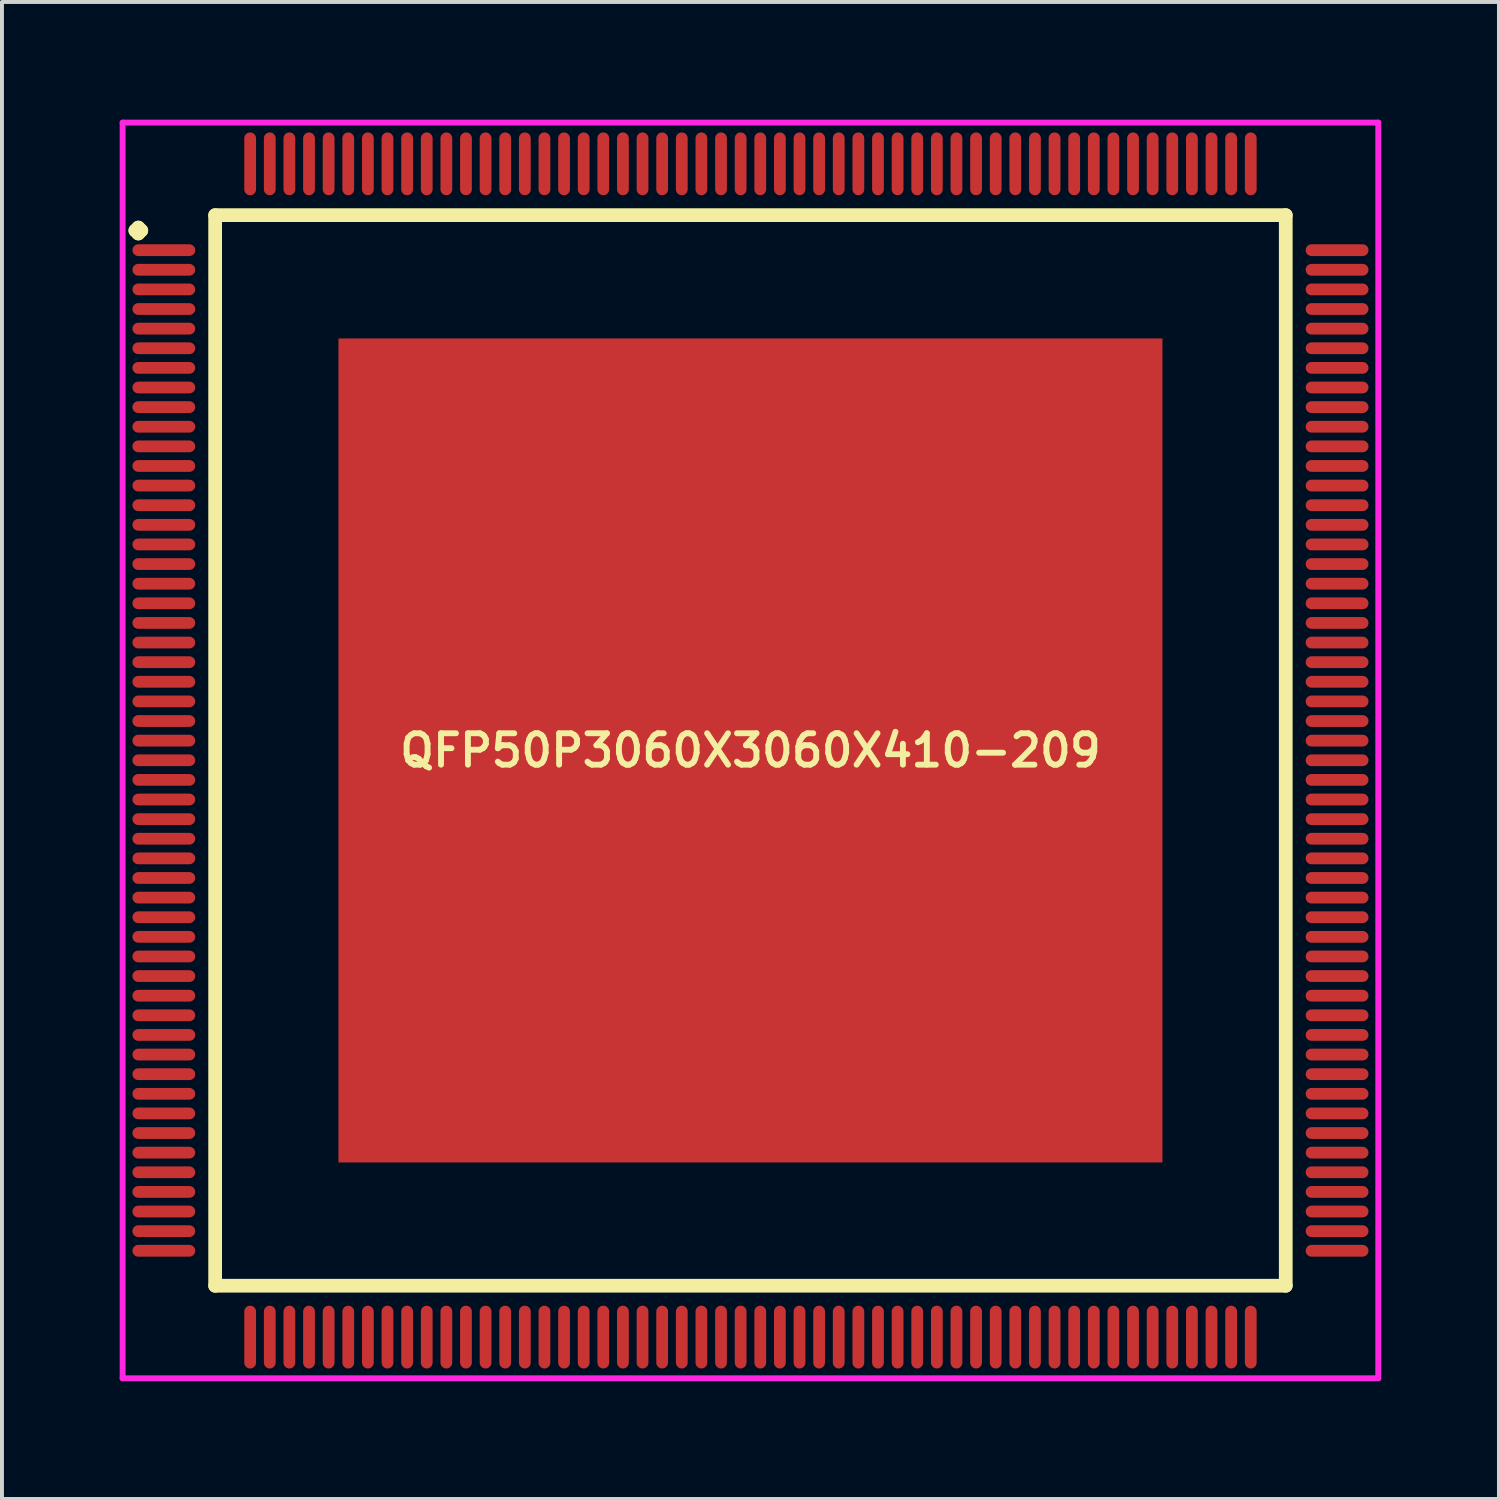
<source format=kicad_pcb>
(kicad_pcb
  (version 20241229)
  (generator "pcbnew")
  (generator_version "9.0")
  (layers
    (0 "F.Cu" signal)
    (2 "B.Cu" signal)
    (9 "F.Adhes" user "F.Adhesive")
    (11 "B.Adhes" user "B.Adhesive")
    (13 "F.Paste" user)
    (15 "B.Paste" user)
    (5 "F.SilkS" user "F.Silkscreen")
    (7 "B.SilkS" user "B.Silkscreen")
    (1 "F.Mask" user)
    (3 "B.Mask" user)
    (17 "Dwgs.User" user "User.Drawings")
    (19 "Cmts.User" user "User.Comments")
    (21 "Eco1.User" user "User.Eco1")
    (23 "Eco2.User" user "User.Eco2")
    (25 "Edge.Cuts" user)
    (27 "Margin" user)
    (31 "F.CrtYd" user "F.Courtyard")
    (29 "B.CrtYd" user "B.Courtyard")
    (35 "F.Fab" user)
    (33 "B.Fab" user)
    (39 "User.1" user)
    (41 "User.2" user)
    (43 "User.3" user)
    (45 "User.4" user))
  (footprint "QFP50P3060X3060X410-209"
    (layer "F.Cu")
    (at 16.075 16.075)
    (property "Reference" "QFP50P3060X3060X410-209" (at 0 0 0) (layer "F.SilkS") (effects (font (size 0.8 0.8) (thickness 0.15))))
    (attr smd)
    (fp_line (start -15.675 -13.25) (end -15.6 -13.325) (stroke (width 0.35) (type solid)) (layer "F.SilkS"))
    (fp_line (start -15.6 -13.325) (end -15.525 -13.25) (stroke (width 0.35) (type solid)) (layer "F.SilkS"))
    (fp_line (start -15.6 -13.175) (end -15.675 -13.25) (stroke (width 0.35) (type solid)) (layer "F.SilkS"))
    (fp_line (start -15.525 -13.25) (end -15.6 -13.175) (stroke (width 0.35) (type solid)) (layer "F.SilkS"))
    (fp_line (start -13.642 -13.642) (end -13.642 13.642) (stroke (width 0.35) (type solid)) (layer "F.SilkS"))
    (fp_line (start -13.642 13.642) (end 13.642 13.642) (stroke (width 0.35) (type solid)) (layer "F.SilkS"))
    (fp_line (start 13.642 -13.642) (end -13.642 -13.642) (stroke (width 0.35) (type solid)) (layer "F.SilkS"))
    (fp_line (start 13.642 13.642) (end 13.642 -13.642) (stroke (width 0.35) (type solid)) (layer "F.SilkS"))
    (fp_line (start -16 -16) (end 16 -16) (stroke (width 0.15) (type solid)) (layer "F.CrtYd"))
    (fp_line (start -16 16) (end -16 -16) (stroke (width 0.15) (type solid)) (layer "F.CrtYd"))
    (fp_line (start 16 -16) (end 16 16) (stroke (width 0.15) (type solid)) (layer "F.CrtYd"))
    (fp_line (start 16 16) (end -16 16) (stroke (width 0.15) (type solid)) (layer "F.CrtYd"))
    (pad "1" smd oval (at -14.95 -12.75) (size 1.6 0.3) (layers "F.Cu" "F.Mask" "F.Paste"))
    (pad "2" smd oval (at -14.95 -12.25) (size 1.6 0.3) (layers "F.Cu" "F.Mask" "F.Paste"))
    (pad "3" smd oval (at -14.95 -11.75) (size 1.6 0.3) (layers "F.Cu" "F.Mask" "F.Paste"))
    (pad "4" smd oval (at -14.95 -11.25) (size 1.6 0.3) (layers "F.Cu" "F.Mask" "F.Paste"))
    (pad "5" smd oval (at -14.95 -10.75) (size 1.6 0.3) (layers "F.Cu" "F.Mask" "F.Paste"))
    (pad "6" smd oval (at -14.95 -10.25) (size 1.6 0.3) (layers "F.Cu" "F.Mask" "F.Paste"))
    (pad "7" smd oval (at -14.95 -9.75) (size 1.6 0.3) (layers "F.Cu" "F.Mask" "F.Paste"))
    (pad "8" smd oval (at -14.95 -9.25) (size 1.6 0.3) (layers "F.Cu" "F.Mask" "F.Paste"))
    (pad "9" smd oval (at -14.95 -8.75) (size 1.6 0.3) (layers "F.Cu" "F.Mask" "F.Paste"))
    (pad "10" smd oval (at -14.95 -8.25) (size 1.6 0.3) (layers "F.Cu" "F.Mask" "F.Paste"))
    (pad "11" smd oval (at -14.95 -7.75) (size 1.6 0.3) (layers "F.Cu" "F.Mask" "F.Paste"))
    (pad "12" smd oval (at -14.95 -7.25) (size 1.6 0.3) (layers "F.Cu" "F.Mask" "F.Paste"))
    (pad "13" smd oval (at -14.95 -6.75) (size 1.6 0.3) (layers "F.Cu" "F.Mask" "F.Paste"))
    (pad "14" smd oval (at -14.95 -6.25) (size 1.6 0.3) (layers "F.Cu" "F.Mask" "F.Paste"))
    (pad "15" smd oval (at -14.95 -5.75) (size 1.6 0.3) (layers "F.Cu" "F.Mask" "F.Paste"))
    (pad "16" smd oval (at -14.95 -5.25) (size 1.6 0.3) (layers "F.Cu" "F.Mask" "F.Paste"))
    (pad "17" smd oval (at -14.95 -4.75) (size 1.6 0.3) (layers "F.Cu" "F.Mask" "F.Paste"))
    (pad "18" smd oval (at -14.95 -4.25) (size 1.6 0.3) (layers "F.Cu" "F.Mask" "F.Paste"))
    (pad "19" smd oval (at -14.95 -3.75) (size 1.6 0.3) (layers "F.Cu" "F.Mask" "F.Paste"))
    (pad "20" smd oval (at -14.95 -3.25) (size 1.6 0.3) (layers "F.Cu" "F.Mask" "F.Paste"))
    (pad "21" smd oval (at -14.95 -2.75) (size 1.6 0.3) (layers "F.Cu" "F.Mask" "F.Paste"))
    (pad "22" smd oval (at -14.95 -2.25) (size 1.6 0.3) (layers "F.Cu" "F.Mask" "F.Paste"))
    (pad "23" smd oval (at -14.95 -1.75) (size 1.6 0.3) (layers "F.Cu" "F.Mask" "F.Paste"))
    (pad "24" smd oval (at -14.95 -1.25) (size 1.6 0.3) (layers "F.Cu" "F.Mask" "F.Paste"))
    (pad "25" smd oval (at -14.95 -0.75) (size 1.6 0.3) (layers "F.Cu" "F.Mask" "F.Paste"))
    (pad "26" smd oval (at -14.95 -0.25) (size 1.6 0.3) (layers "F.Cu" "F.Mask" "F.Paste"))
    (pad "27" smd oval (at -14.95 0.25) (size 1.6 0.3) (layers "F.Cu" "F.Mask" "F.Paste"))
    (pad "28" smd oval (at -14.95 0.75) (size 1.6 0.3) (layers "F.Cu" "F.Mask" "F.Paste"))
    (pad "29" smd oval (at -14.95 1.25) (size 1.6 0.3) (layers "F.Cu" "F.Mask" "F.Paste"))
    (pad "30" smd oval (at -14.95 1.75) (size 1.6 0.3) (layers "F.Cu" "F.Mask" "F.Paste"))
    (pad "31" smd oval (at -14.95 2.25) (size 1.6 0.3) (layers "F.Cu" "F.Mask" "F.Paste"))
    (pad "32" smd oval (at -14.95 2.75) (size 1.6 0.3) (layers "F.Cu" "F.Mask" "F.Paste"))
    (pad "33" smd oval (at -14.95 3.25) (size 1.6 0.3) (layers "F.Cu" "F.Mask" "F.Paste"))
    (pad "34" smd oval (at -14.95 3.75) (size 1.6 0.3) (layers "F.Cu" "F.Mask" "F.Paste"))
    (pad "35" smd oval (at -14.95 4.25) (size 1.6 0.3) (layers "F.Cu" "F.Mask" "F.Paste"))
    (pad "36" smd oval (at -14.95 4.75) (size 1.6 0.3) (layers "F.Cu" "F.Mask" "F.Paste"))
    (pad "37" smd oval (at -14.95 5.25) (size 1.6 0.3) (layers "F.Cu" "F.Mask" "F.Paste"))
    (pad "38" smd oval (at -14.95 5.75) (size 1.6 0.3) (layers "F.Cu" "F.Mask" "F.Paste"))
    (pad "39" smd oval (at -14.95 6.25) (size 1.6 0.3) (layers "F.Cu" "F.Mask" "F.Paste"))
    (pad "40" smd oval (at -14.95 6.75) (size 1.6 0.3) (layers "F.Cu" "F.Mask" "F.Paste"))
    (pad "41" smd oval (at -14.95 7.25) (size 1.6 0.3) (layers "F.Cu" "F.Mask" "F.Paste"))
    (pad "42" smd oval (at -14.95 7.75) (size 1.6 0.3) (layers "F.Cu" "F.Mask" "F.Paste"))
    (pad "43" smd oval (at -14.95 8.25) (size 1.6 0.3) (layers "F.Cu" "F.Mask" "F.Paste"))
    (pad "44" smd oval (at -14.95 8.75) (size 1.6 0.3) (layers "F.Cu" "F.Mask" "F.Paste"))
    (pad "45" smd oval (at -14.95 9.25) (size 1.6 0.3) (layers "F.Cu" "F.Mask" "F.Paste"))
    (pad "46" smd oval (at -14.95 9.75) (size 1.6 0.3) (layers "F.Cu" "F.Mask" "F.Paste"))
    (pad "47" smd oval (at -14.95 10.25) (size 1.6 0.3) (layers "F.Cu" "F.Mask" "F.Paste"))
    (pad "48" smd oval (at -14.95 10.75) (size 1.6 0.3) (layers "F.Cu" "F.Mask" "F.Paste"))
    (pad "49" smd oval (at -14.95 11.25) (size 1.6 0.3) (layers "F.Cu" "F.Mask" "F.Paste"))
    (pad "50" smd oval (at -14.95 11.75) (size 1.6 0.3) (layers "F.Cu" "F.Mask" "F.Paste"))
    (pad "51" smd oval (at -14.95 12.25) (size 1.6 0.3) (layers "F.Cu" "F.Mask" "F.Paste"))
    (pad "52" smd oval (at -14.95 12.75) (size 1.6 0.3) (layers "F.Cu" "F.Mask" "F.Paste"))
    (pad "53" smd oval (at -12.75 14.95) (size 0.3 1.6) (layers "F.Cu" "F.Mask" "F.Paste"))
    (pad "54" smd oval (at -12.25 14.95) (size 0.3 1.6) (layers "F.Cu" "F.Mask" "F.Paste"))
    (pad "55" smd oval (at -11.75 14.95) (size 0.3 1.6) (layers "F.Cu" "F.Mask" "F.Paste"))
    (pad "56" smd oval (at -11.25 14.95) (size 0.3 1.6) (layers "F.Cu" "F.Mask" "F.Paste"))
    (pad "57" smd oval (at -10.75 14.95) (size 0.3 1.6) (layers "F.Cu" "F.Mask" "F.Paste"))
    (pad "58" smd oval (at -10.25 14.95) (size 0.3 1.6) (layers "F.Cu" "F.Mask" "F.Paste"))
    (pad "59" smd oval (at -9.75 14.95) (size 0.3 1.6) (layers "F.Cu" "F.Mask" "F.Paste"))
    (pad "60" smd oval (at -9.25 14.95) (size 0.3 1.6) (layers "F.Cu" "F.Mask" "F.Paste"))
    (pad "61" smd oval (at -8.75 14.95) (size 0.3 1.6) (layers "F.Cu" "F.Mask" "F.Paste"))
    (pad "62" smd oval (at -8.25 14.95) (size 0.3 1.6) (layers "F.Cu" "F.Mask" "F.Paste"))
    (pad "63" smd oval (at -7.75 14.95) (size 0.3 1.6) (layers "F.Cu" "F.Mask" "F.Paste"))
    (pad "64" smd oval (at -7.25 14.95) (size 0.3 1.6) (layers "F.Cu" "F.Mask" "F.Paste"))
    (pad "65" smd oval (at -6.75 14.95) (size 0.3 1.6) (layers "F.Cu" "F.Mask" "F.Paste"))
    (pad "66" smd oval (at -6.25 14.95) (size 0.3 1.6) (layers "F.Cu" "F.Mask" "F.Paste"))
    (pad "67" smd oval (at -5.75 14.95) (size 0.3 1.6) (layers "F.Cu" "F.Mask" "F.Paste"))
    (pad "68" smd oval (at -5.25 14.95) (size 0.3 1.6) (layers "F.Cu" "F.Mask" "F.Paste"))
    (pad "69" smd oval (at -4.75 14.95) (size 0.3 1.6) (layers "F.Cu" "F.Mask" "F.Paste"))
    (pad "70" smd oval (at -4.25 14.95) (size 0.3 1.6) (layers "F.Cu" "F.Mask" "F.Paste"))
    (pad "71" smd oval (at -3.75 14.95) (size 0.3 1.6) (layers "F.Cu" "F.Mask" "F.Paste"))
    (pad "72" smd oval (at -3.25 14.95) (size 0.3 1.6) (layers "F.Cu" "F.Mask" "F.Paste"))
    (pad "73" smd oval (at -2.75 14.95) (size 0.3 1.6) (layers "F.Cu" "F.Mask" "F.Paste"))
    (pad "74" smd oval (at -2.25 14.95) (size 0.3 1.6) (layers "F.Cu" "F.Mask" "F.Paste"))
    (pad "75" smd oval (at -1.75 14.95) (size 0.3 1.6) (layers "F.Cu" "F.Mask" "F.Paste"))
    (pad "76" smd oval (at -1.25 14.95) (size 0.3 1.6) (layers "F.Cu" "F.Mask" "F.Paste"))
    (pad "77" smd oval (at -0.75 14.95) (size 0.3 1.6) (layers "F.Cu" "F.Mask" "F.Paste"))
    (pad "78" smd oval (at -0.25 14.95) (size 0.3 1.6) (layers "F.Cu" "F.Mask" "F.Paste"))
    (pad "79" smd oval (at 0.25 14.95) (size 0.3 1.6) (layers "F.Cu" "F.Mask" "F.Paste"))
    (pad "80" smd oval (at 0.75 14.95) (size 0.3 1.6) (layers "F.Cu" "F.Mask" "F.Paste"))
    (pad "81" smd oval (at 1.25 14.95) (size 0.3 1.6) (layers "F.Cu" "F.Mask" "F.Paste"))
    (pad "82" smd oval (at 1.75 14.95) (size 0.3 1.6) (layers "F.Cu" "F.Mask" "F.Paste"))
    (pad "83" smd oval (at 2.25 14.95) (size 0.3 1.6) (layers "F.Cu" "F.Mask" "F.Paste"))
    (pad "84" smd oval (at 2.75 14.95) (size 0.3 1.6) (layers "F.Cu" "F.Mask" "F.Paste"))
    (pad "85" smd oval (at 3.25 14.95) (size 0.3 1.6) (layers "F.Cu" "F.Mask" "F.Paste"))
    (pad "86" smd oval (at 3.75 14.95) (size 0.3 1.6) (layers "F.Cu" "F.Mask" "F.Paste"))
    (pad "87" smd oval (at 4.25 14.95) (size 0.3 1.6) (layers "F.Cu" "F.Mask" "F.Paste"))
    (pad "88" smd oval (at 4.75 14.95) (size 0.3 1.6) (layers "F.Cu" "F.Mask" "F.Paste"))
    (pad "89" smd oval (at 5.25 14.95) (size 0.3 1.6) (layers "F.Cu" "F.Mask" "F.Paste"))
    (pad "90" smd oval (at 5.75 14.95) (size 0.3 1.6) (layers "F.Cu" "F.Mask" "F.Paste"))
    (pad "91" smd oval (at 6.25 14.95) (size 0.3 1.6) (layers "F.Cu" "F.Mask" "F.Paste"))
    (pad "92" smd oval (at 6.75 14.95) (size 0.3 1.6) (layers "F.Cu" "F.Mask" "F.Paste"))
    (pad "93" smd oval (at 7.25 14.95) (size 0.3 1.6) (layers "F.Cu" "F.Mask" "F.Paste"))
    (pad "94" smd oval (at 7.75 14.95) (size 0.3 1.6) (layers "F.Cu" "F.Mask" "F.Paste"))
    (pad "95" smd oval (at 8.25 14.95) (size 0.3 1.6) (layers "F.Cu" "F.Mask" "F.Paste"))
    (pad "96" smd oval (at 8.75 14.95) (size 0.3 1.6) (layers "F.Cu" "F.Mask" "F.Paste"))
    (pad "97" smd oval (at 9.25 14.95) (size 0.3 1.6) (layers "F.Cu" "F.Mask" "F.Paste"))
    (pad "98" smd oval (at 9.75 14.95) (size 0.3 1.6) (layers "F.Cu" "F.Mask" "F.Paste"))
    (pad "99" smd oval (at 10.25 14.95) (size 0.3 1.6) (layers "F.Cu" "F.Mask" "F.Paste"))
    (pad "100" smd oval (at 10.75 14.95) (size 0.3 1.6) (layers "F.Cu" "F.Mask" "F.Paste"))
    (pad "101" smd oval (at 11.25 14.95) (size 0.3 1.6) (layers "F.Cu" "F.Mask" "F.Paste"))
    (pad "102" smd oval (at 11.75 14.95) (size 0.3 1.6) (layers "F.Cu" "F.Mask" "F.Paste"))
    (pad "103" smd oval (at 12.25 14.95) (size 0.3 1.6) (layers "F.Cu" "F.Mask" "F.Paste"))
    (pad "104" smd oval (at 12.75 14.95) (size 0.3 1.6) (layers "F.Cu" "F.Mask" "F.Paste"))
    (pad "105" smd oval (at 14.95 12.75) (size 1.6 0.3) (layers "F.Cu" "F.Mask" "F.Paste"))
    (pad "106" smd oval (at 14.95 12.25) (size 1.6 0.3) (layers "F.Cu" "F.Mask" "F.Paste"))
    (pad "107" smd oval (at 14.95 11.75) (size 1.6 0.3) (layers "F.Cu" "F.Mask" "F.Paste"))
    (pad "108" smd oval (at 14.95 11.25) (size 1.6 0.3) (layers "F.Cu" "F.Mask" "F.Paste"))
    (pad "109" smd oval (at 14.95 10.75) (size 1.6 0.3) (layers "F.Cu" "F.Mask" "F.Paste"))
    (pad "110" smd oval (at 14.95 10.25) (size 1.6 0.3) (layers "F.Cu" "F.Mask" "F.Paste"))
    (pad "111" smd oval (at 14.95 9.75) (size 1.6 0.3) (layers "F.Cu" "F.Mask" "F.Paste"))
    (pad "112" smd oval (at 14.95 9.25) (size 1.6 0.3) (layers "F.Cu" "F.Mask" "F.Paste"))
    (pad "113" smd oval (at 14.95 8.75) (size 1.6 0.3) (layers "F.Cu" "F.Mask" "F.Paste"))
    (pad "114" smd oval (at 14.95 8.25) (size 1.6 0.3) (layers "F.Cu" "F.Mask" "F.Paste"))
    (pad "115" smd oval (at 14.95 7.75) (size 1.6 0.3) (layers "F.Cu" "F.Mask" "F.Paste"))
    (pad "116" smd oval (at 14.95 7.25) (size 1.6 0.3) (layers "F.Cu" "F.Mask" "F.Paste"))
    (pad "117" smd oval (at 14.95 6.75) (size 1.6 0.3) (layers "F.Cu" "F.Mask" "F.Paste"))
    (pad "118" smd oval (at 14.95 6.25) (size 1.6 0.3) (layers "F.Cu" "F.Mask" "F.Paste"))
    (pad "119" smd oval (at 14.95 5.75) (size 1.6 0.3) (layers "F.Cu" "F.Mask" "F.Paste"))
    (pad "120" smd oval (at 14.95 5.25) (size 1.6 0.3) (layers "F.Cu" "F.Mask" "F.Paste"))
    (pad "121" smd oval (at 14.95 4.75) (size 1.6 0.3) (layers "F.Cu" "F.Mask" "F.Paste"))
    (pad "122" smd oval (at 14.95 4.25) (size 1.6 0.3) (layers "F.Cu" "F.Mask" "F.Paste"))
    (pad "123" smd oval (at 14.95 3.75) (size 1.6 0.3) (layers "F.Cu" "F.Mask" "F.Paste"))
    (pad "124" smd oval (at 14.95 3.25) (size 1.6 0.3) (layers "F.Cu" "F.Mask" "F.Paste"))
    (pad "125" smd oval (at 14.95 2.75) (size 1.6 0.3) (layers "F.Cu" "F.Mask" "F.Paste"))
    (pad "126" smd oval (at 14.95 2.25) (size 1.6 0.3) (layers "F.Cu" "F.Mask" "F.Paste"))
    (pad "127" smd oval (at 14.95 1.75) (size 1.6 0.3) (layers "F.Cu" "F.Mask" "F.Paste"))
    (pad "128" smd oval (at 14.95 1.25) (size 1.6 0.3) (layers "F.Cu" "F.Mask" "F.Paste"))
    (pad "129" smd oval (at 14.95 0.75) (size 1.6 0.3) (layers "F.Cu" "F.Mask" "F.Paste"))
    (pad "130" smd oval (at 14.95 0.25) (size 1.6 0.3) (layers "F.Cu" "F.Mask" "F.Paste"))
    (pad "131" smd oval (at 14.95 -0.25) (size 1.6 0.3) (layers "F.Cu" "F.Mask" "F.Paste"))
    (pad "132" smd oval (at 14.95 -0.75) (size 1.6 0.3) (layers "F.Cu" "F.Mask" "F.Paste"))
    (pad "133" smd oval (at 14.95 -1.25) (size 1.6 0.3) (layers "F.Cu" "F.Mask" "F.Paste"))
    (pad "134" smd oval (at 14.95 -1.75) (size 1.6 0.3) (layers "F.Cu" "F.Mask" "F.Paste"))
    (pad "135" smd oval (at 14.95 -2.25) (size 1.6 0.3) (layers "F.Cu" "F.Mask" "F.Paste"))
    (pad "136" smd oval (at 14.95 -2.75) (size 1.6 0.3) (layers "F.Cu" "F.Mask" "F.Paste"))
    (pad "137" smd oval (at 14.95 -3.25) (size 1.6 0.3) (layers "F.Cu" "F.Mask" "F.Paste"))
    (pad "138" smd oval (at 14.95 -3.75) (size 1.6 0.3) (layers "F.Cu" "F.Mask" "F.Paste"))
    (pad "139" smd oval (at 14.95 -4.25) (size 1.6 0.3) (layers "F.Cu" "F.Mask" "F.Paste"))
    (pad "140" smd oval (at 14.95 -4.75) (size 1.6 0.3) (layers "F.Cu" "F.Mask" "F.Paste"))
    (pad "141" smd oval (at 14.95 -5.25) (size 1.6 0.3) (layers "F.Cu" "F.Mask" "F.Paste"))
    (pad "142" smd oval (at 14.95 -5.75) (size 1.6 0.3) (layers "F.Cu" "F.Mask" "F.Paste"))
    (pad "143" smd oval (at 14.95 -6.25) (size 1.6 0.3) (layers "F.Cu" "F.Mask" "F.Paste"))
    (pad "144" smd oval (at 14.95 -6.75) (size 1.6 0.3) (layers "F.Cu" "F.Mask" "F.Paste"))
    (pad "145" smd oval (at 14.95 -7.25) (size 1.6 0.3) (layers "F.Cu" "F.Mask" "F.Paste"))
    (pad "146" smd oval (at 14.95 -7.75) (size 1.6 0.3) (layers "F.Cu" "F.Mask" "F.Paste"))
    (pad "147" smd oval (at 14.95 -8.25) (size 1.6 0.3) (layers "F.Cu" "F.Mask" "F.Paste"))
    (pad "148" smd oval (at 14.95 -8.75) (size 1.6 0.3) (layers "F.Cu" "F.Mask" "F.Paste"))
    (pad "149" smd oval (at 14.95 -9.25) (size 1.6 0.3) (layers "F.Cu" "F.Mask" "F.Paste"))
    (pad "150" smd oval (at 14.95 -9.75) (size 1.6 0.3) (layers "F.Cu" "F.Mask" "F.Paste"))
    (pad "151" smd oval (at 14.95 -10.25) (size 1.6 0.3) (layers "F.Cu" "F.Mask" "F.Paste"))
    (pad "152" smd oval (at 14.95 -10.75) (size 1.6 0.3) (layers "F.Cu" "F.Mask" "F.Paste"))
    (pad "153" smd oval (at 14.95 -11.25) (size 1.6 0.3) (layers "F.Cu" "F.Mask" "F.Paste"))
    (pad "154" smd oval (at 14.95 -11.75) (size 1.6 0.3) (layers "F.Cu" "F.Mask" "F.Paste"))
    (pad "155" smd oval (at 14.95 -12.25) (size 1.6 0.3) (layers "F.Cu" "F.Mask" "F.Paste"))
    (pad "156" smd oval (at 14.95 -12.75) (size 1.6 0.3) (layers "F.Cu" "F.Mask" "F.Paste"))
    (pad "157" smd oval (at 12.75 -14.95) (size 0.3 1.6) (layers "F.Cu" "F.Mask" "F.Paste"))
    (pad "158" smd oval (at 12.25 -14.95) (size 0.3 1.6) (layers "F.Cu" "F.Mask" "F.Paste"))
    (pad "159" smd oval (at 11.75 -14.95) (size 0.3 1.6) (layers "F.Cu" "F.Mask" "F.Paste"))
    (pad "160" smd oval (at 11.25 -14.95) (size 0.3 1.6) (layers "F.Cu" "F.Mask" "F.Paste"))
    (pad "161" smd oval (at 10.75 -14.95) (size 0.3 1.6) (layers "F.Cu" "F.Mask" "F.Paste"))
    (pad "162" smd oval (at 10.25 -14.95) (size 0.3 1.6) (layers "F.Cu" "F.Mask" "F.Paste"))
    (pad "163" smd oval (at 9.75 -14.95) (size 0.3 1.6) (layers "F.Cu" "F.Mask" "F.Paste"))
    (pad "164" smd oval (at 9.25 -14.95) (size 0.3 1.6) (layers "F.Cu" "F.Mask" "F.Paste"))
    (pad "165" smd oval (at 8.75 -14.95) (size 0.3 1.6) (layers "F.Cu" "F.Mask" "F.Paste"))
    (pad "166" smd oval (at 8.25 -14.95) (size 0.3 1.6) (layers "F.Cu" "F.Mask" "F.Paste"))
    (pad "167" smd oval (at 7.75 -14.95) (size 0.3 1.6) (layers "F.Cu" "F.Mask" "F.Paste"))
    (pad "168" smd oval (at 7.25 -14.95) (size 0.3 1.6) (layers "F.Cu" "F.Mask" "F.Paste"))
    (pad "169" smd oval (at 6.75 -14.95) (size 0.3 1.6) (layers "F.Cu" "F.Mask" "F.Paste"))
    (pad "170" smd oval (at 6.25 -14.95) (size 0.3 1.6) (layers "F.Cu" "F.Mask" "F.Paste"))
    (pad "171" smd oval (at 5.75 -14.95) (size 0.3 1.6) (layers "F.Cu" "F.Mask" "F.Paste"))
    (pad "172" smd oval (at 5.25 -14.95) (size 0.3 1.6) (layers "F.Cu" "F.Mask" "F.Paste"))
    (pad "173" smd oval (at 4.75 -14.95) (size 0.3 1.6) (layers "F.Cu" "F.Mask" "F.Paste"))
    (pad "174" smd oval (at 4.25 -14.95) (size 0.3 1.6) (layers "F.Cu" "F.Mask" "F.Paste"))
    (pad "175" smd oval (at 3.75 -14.95) (size 0.3 1.6) (layers "F.Cu" "F.Mask" "F.Paste"))
    (pad "176" smd oval (at 3.25 -14.95) (size 0.3 1.6) (layers "F.Cu" "F.Mask" "F.Paste"))
    (pad "177" smd oval (at 2.75 -14.95) (size 0.3 1.6) (layers "F.Cu" "F.Mask" "F.Paste"))
    (pad "178" smd oval (at 2.25 -14.95) (size 0.3 1.6) (layers "F.Cu" "F.Mask" "F.Paste"))
    (pad "179" smd oval (at 1.75 -14.95) (size 0.3 1.6) (layers "F.Cu" "F.Mask" "F.Paste"))
    (pad "180" smd oval (at 1.25 -14.95) (size 0.3 1.6) (layers "F.Cu" "F.Mask" "F.Paste"))
    (pad "181" smd oval (at 0.75 -14.95) (size 0.3 1.6) (layers "F.Cu" "F.Mask" "F.Paste"))
    (pad "182" smd oval (at 0.25 -14.95) (size 0.3 1.6) (layers "F.Cu" "F.Mask" "F.Paste"))
    (pad "183" smd oval (at -0.25 -14.95) (size 0.3 1.6) (layers "F.Cu" "F.Mask" "F.Paste"))
    (pad "184" smd oval (at -0.75 -14.95) (size 0.3 1.6) (layers "F.Cu" "F.Mask" "F.Paste"))
    (pad "185" smd oval (at -1.25 -14.95) (size 0.3 1.6) (layers "F.Cu" "F.Mask" "F.Paste"))
    (pad "186" smd oval (at -1.75 -14.95) (size 0.3 1.6) (layers "F.Cu" "F.Mask" "F.Paste"))
    (pad "187" smd oval (at -2.25 -14.95) (size 0.3 1.6) (layers "F.Cu" "F.Mask" "F.Paste"))
    (pad "188" smd oval (at -2.75 -14.95) (size 0.3 1.6) (layers "F.Cu" "F.Mask" "F.Paste"))
    (pad "189" smd oval (at -3.25 -14.95) (size 0.3 1.6) (layers "F.Cu" "F.Mask" "F.Paste"))
    (pad "190" smd oval (at -3.75 -14.95) (size 0.3 1.6) (layers "F.Cu" "F.Mask" "F.Paste"))
    (pad "191" smd oval (at -4.25 -14.95) (size 0.3 1.6) (layers "F.Cu" "F.Mask" "F.Paste"))
    (pad "192" smd oval (at -4.75 -14.95) (size 0.3 1.6) (layers "F.Cu" "F.Mask" "F.Paste"))
    (pad "193" smd oval (at -5.25 -14.95) (size 0.3 1.6) (layers "F.Cu" "F.Mask" "F.Paste"))
    (pad "194" smd oval (at -5.75 -14.95) (size 0.3 1.6) (layers "F.Cu" "F.Mask" "F.Paste"))
    (pad "195" smd oval (at -6.25 -14.95) (size 0.3 1.6) (layers "F.Cu" "F.Mask" "F.Paste"))
    (pad "196" smd oval (at -6.75 -14.95) (size 0.3 1.6) (layers "F.Cu" "F.Mask" "F.Paste"))
    (pad "197" smd oval (at -7.25 -14.95) (size 0.3 1.6) (layers "F.Cu" "F.Mask" "F.Paste"))
    (pad "198" smd oval (at -7.75 -14.95) (size 0.3 1.6) (layers "F.Cu" "F.Mask" "F.Paste"))
    (pad "199" smd oval (at -8.25 -14.95) (size 0.3 1.6) (layers "F.Cu" "F.Mask" "F.Paste"))
    (pad "200" smd oval (at -8.75 -14.95) (size 0.3 1.6) (layers "F.Cu" "F.Mask" "F.Paste"))
    (pad "201" smd oval (at -9.25 -14.95) (size 0.3 1.6) (layers "F.Cu" "F.Mask" "F.Paste"))
    (pad "202" smd oval (at -9.75 -14.95) (size 0.3 1.6) (layers "F.Cu" "F.Mask" "F.Paste"))
    (pad "203" smd oval (at -10.25 -14.95) (size 0.3 1.6) (layers "F.Cu" "F.Mask" "F.Paste"))
    (pad "204" smd oval (at -10.75 -14.95) (size 0.3 1.6) (layers "F.Cu" "F.Mask" "F.Paste"))
    (pad "205" smd oval (at -11.25 -14.95) (size 0.3 1.6) (layers "F.Cu" "F.Mask" "F.Paste"))
    (pad "206" smd oval (at -11.75 -14.95) (size 0.3 1.6) (layers "F.Cu" "F.Mask" "F.Paste"))
    (pad "207" smd oval (at -12.25 -14.95) (size 0.3 1.6) (layers "F.Cu" "F.Mask" "F.Paste"))
    (pad "208" smd oval (at -12.75 -14.95) (size 0.3 1.6) (layers "F.Cu" "F.Mask" "F.Paste"))
    (pad "209" smd rect (at 0 0) (size 21 21) (layers "F.Cu" "F.Mask" "F.Paste")))
  (gr_rect
    (start -3 -3)
    (end 35.15 35.15)
    (stroke (width 0.1) (type default))
    (fill no)
    (layer "Edge.Cuts")))
</source>
